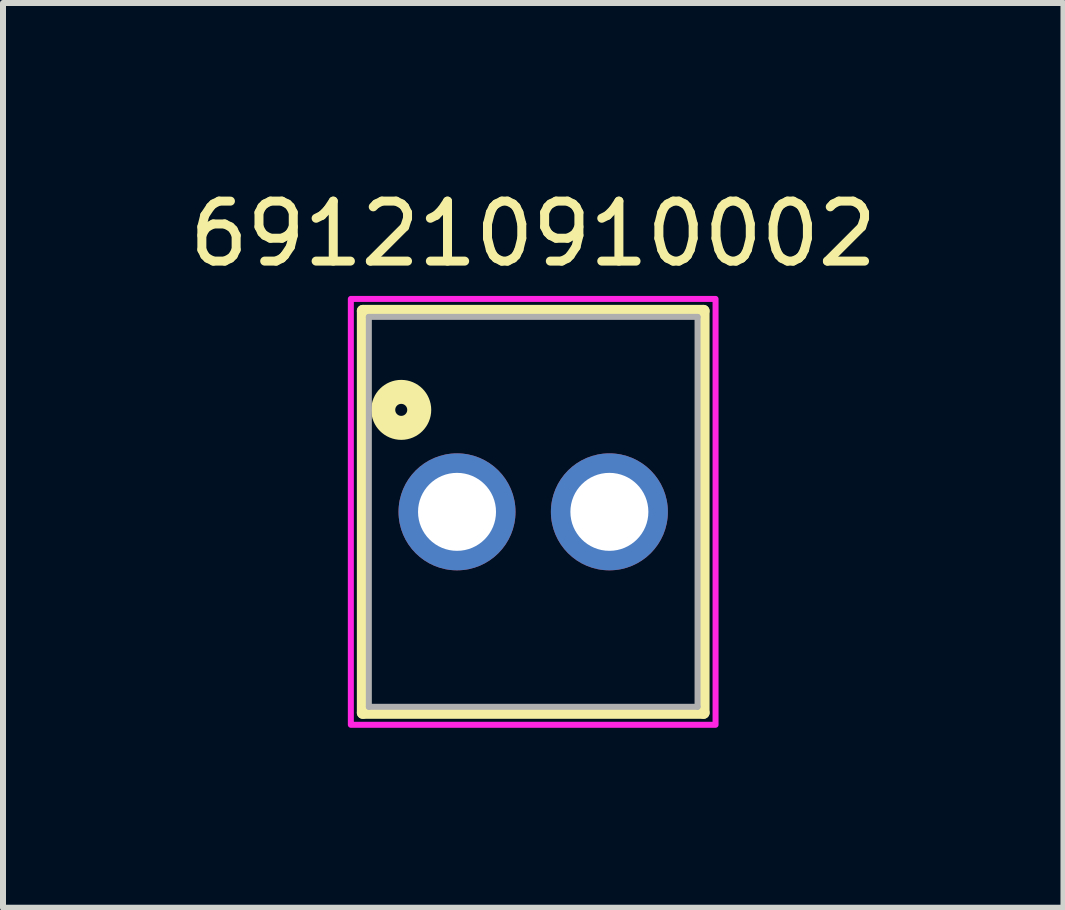
<source format=kicad_pcb>
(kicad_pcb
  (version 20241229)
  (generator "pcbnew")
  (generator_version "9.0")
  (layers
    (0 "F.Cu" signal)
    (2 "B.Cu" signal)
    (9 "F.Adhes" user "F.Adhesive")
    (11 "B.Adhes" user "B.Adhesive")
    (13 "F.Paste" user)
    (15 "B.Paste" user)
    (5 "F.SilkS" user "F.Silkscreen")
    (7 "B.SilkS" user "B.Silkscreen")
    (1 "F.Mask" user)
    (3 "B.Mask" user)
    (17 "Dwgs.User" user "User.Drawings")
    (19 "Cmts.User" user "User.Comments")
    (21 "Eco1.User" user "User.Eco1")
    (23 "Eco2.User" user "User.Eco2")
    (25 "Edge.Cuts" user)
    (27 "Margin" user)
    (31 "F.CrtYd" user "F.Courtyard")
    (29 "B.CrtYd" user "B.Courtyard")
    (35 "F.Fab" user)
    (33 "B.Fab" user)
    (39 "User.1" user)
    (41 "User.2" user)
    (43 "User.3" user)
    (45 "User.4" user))
  (footprint "691210910002"
    (layer "F.Cu")
    (at 5.839 5.483)
    (property "Reference" "691210910002" (at 0 -4.635 0) (layer "F.SilkS") (effects (font (size 1 1) (thickness 0.15))))
    (attr through_hole)
    (fp_line (start -2.84 -3.35) (end 2.84 -3.35) (stroke (width 0.2) (type solid)) (layer "F.SilkS"))
    (fp_line (start -2.84 3.35) (end -2.84 -3.35) (stroke (width 0.2) (type solid)) (layer "F.SilkS"))
    (fp_line (start 2.84 -3.35) (end 2.84 3.35) (stroke (width 0.2) (type solid)) (layer "F.SilkS"))
    (fp_line (start 2.84 3.35) (end -2.84 3.35) (stroke (width 0.2) (type solid)) (layer "F.SilkS"))
    (fp_circle (center -2.2 -1.7) (end -2.1 -1.7) (stroke (width 0.4) (type solid)) (fill no) (layer "F.SilkS"))
    (fp_poly (pts (xy -3.04 -3.55) (xy 3.04 -3.55) (xy 3.04 3.55) (xy -3.04 3.55)) (stroke (width 0.1) (type solid)) (fill no) (layer "F.CrtYd"))
    (fp_line (start -2.74 -3.25) (end -2.74 3.25) (stroke (width 0.1) (type solid)) (layer "F.Fab"))
    (fp_line (start -2.74 3.25) (end 2.74 3.25) (stroke (width 0.1) (type solid)) (layer "F.Fab"))
    (fp_line (start 2.74 -3.25) (end -2.74 -3.25) (stroke (width 0.1) (type solid)) (layer "F.Fab"))
    (fp_line (start 2.74 3.25) (end 2.74 -3.25) (stroke (width 0.1) (type solid)) (layer "F.Fab"))
    (pad "1" thru_hole circle (at -1.27 0) (size 1.95 1.95) (drill 1.3) (layers "*.Cu" "*.Mask"))
    (pad "2" thru_hole circle (at 1.27 0) (size 1.95 1.95) (drill 1.3) (layers "*.Cu" "*.Mask")))
  (gr_rect
    (start -3 -3)
    (end 14.679 12.083)
    (stroke (width 0.1) (type default))
    (fill no)
    (layer "Edge.Cuts")))
</source>
